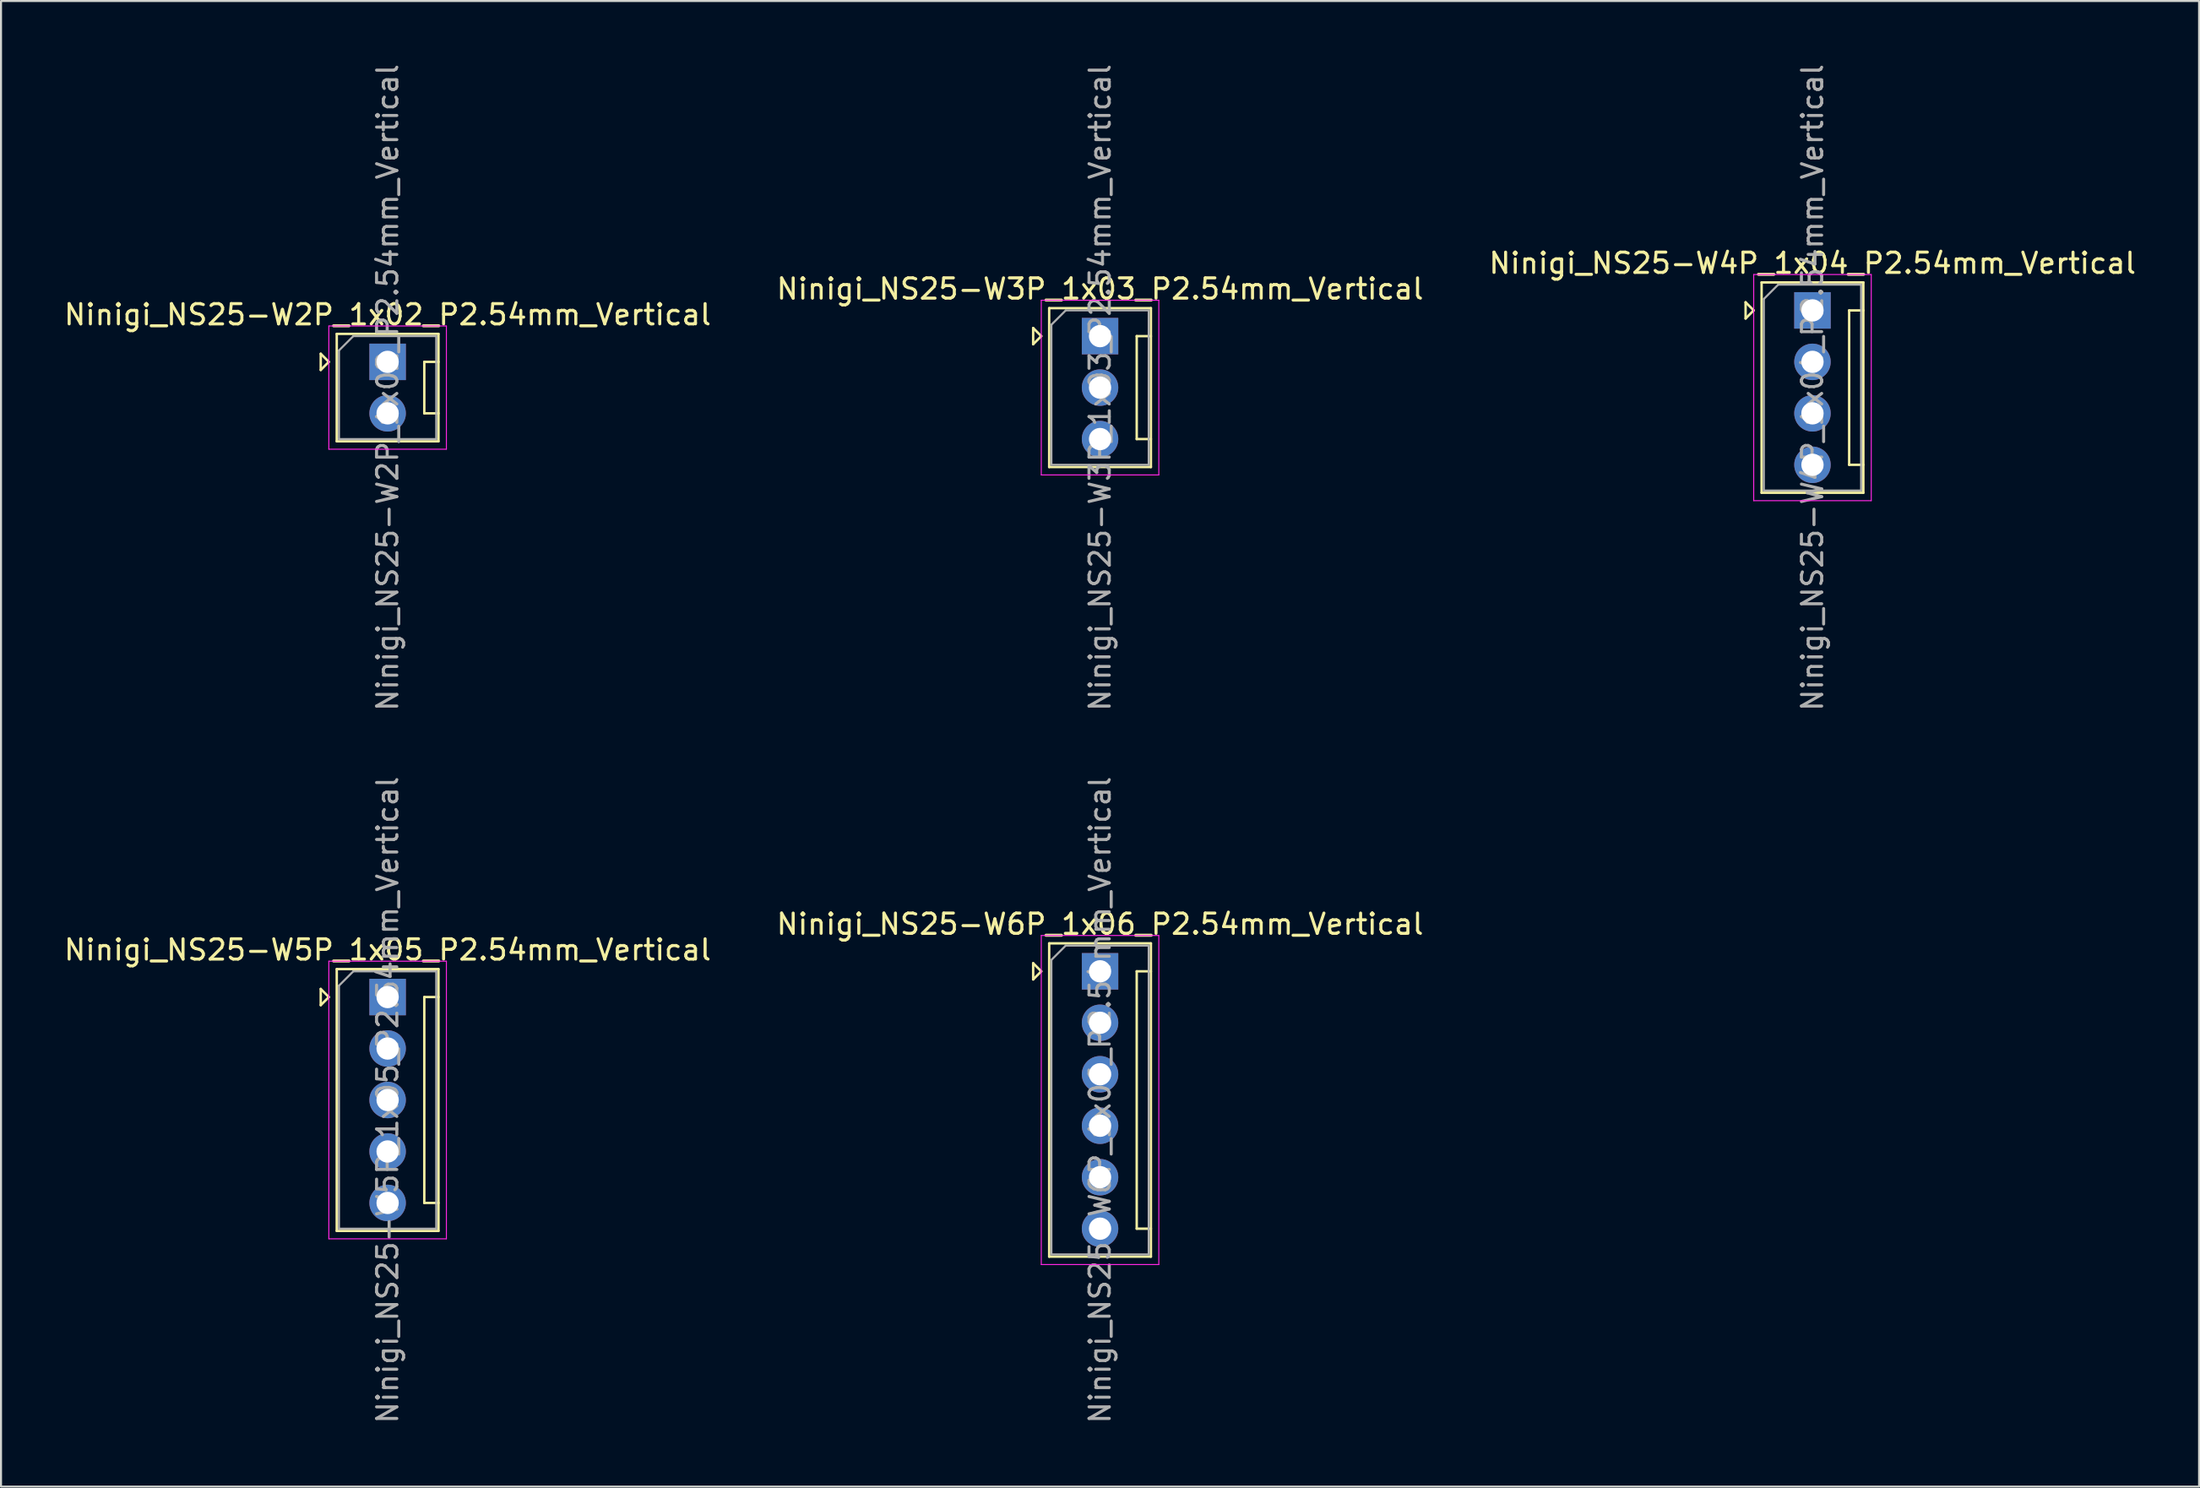
<source format=kicad_pcb>
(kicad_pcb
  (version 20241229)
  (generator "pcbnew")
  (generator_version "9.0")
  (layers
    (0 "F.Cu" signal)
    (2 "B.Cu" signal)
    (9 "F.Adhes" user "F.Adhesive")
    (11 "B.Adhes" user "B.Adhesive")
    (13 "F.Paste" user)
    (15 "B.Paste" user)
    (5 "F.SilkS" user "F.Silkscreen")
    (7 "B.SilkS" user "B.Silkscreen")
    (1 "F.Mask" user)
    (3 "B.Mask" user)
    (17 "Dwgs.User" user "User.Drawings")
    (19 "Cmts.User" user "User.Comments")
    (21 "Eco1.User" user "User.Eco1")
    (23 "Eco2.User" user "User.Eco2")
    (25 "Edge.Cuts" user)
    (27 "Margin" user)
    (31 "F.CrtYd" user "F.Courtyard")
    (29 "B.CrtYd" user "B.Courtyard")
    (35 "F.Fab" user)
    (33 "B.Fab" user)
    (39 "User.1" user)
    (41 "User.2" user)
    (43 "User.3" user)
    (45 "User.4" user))
  (footprint "Ninigi_NS25-W4P_1x04_P2.54mm_Vertical"
    (layer "F.Cu")
    (at 86.387 12.267)
    (property "Reference" "Ninigi_NS25-W4P_1x04_P2.54mm_Vertical" (at 0 -2.33 0) (layer "F.SilkS") (effects (font (size 1 1) (thickness 0.15))))
    (attr through_hole)
    (fp_line (start -3.3 -0.4) (end -3.3 0.4) (stroke (width 0.12) (type solid)) (layer "F.SilkS"))
    (fp_line (start -2.9 0) (end -3.3 -0.4) (stroke (width 0.12) (type solid)) (layer "F.SilkS"))
    (fp_line (start -2.9 0) (end -3.3 0.4) (stroke (width 0.12) (type solid)) (layer "F.SilkS"))
    (fp_line (start -2.51 -1.38) (end 2.51 -1.38) (stroke (width 0.12) (type solid)) (layer "F.SilkS"))
    (fp_line (start -2.51 9) (end -2.51 -1.38) (stroke (width 0.12) (type solid)) (layer "F.SilkS"))
    (fp_line (start 1.81 0) (end 1.81 7.62) (stroke (width 0.12) (type solid)) (layer "F.SilkS"))
    (fp_line (start 1.81 0) (end 2.51 0) (stroke (width 0.12) (type solid)) (layer "F.SilkS"))
    (fp_line (start 1.81 7.62) (end 2.51 7.62) (stroke (width 0.12) (type solid)) (layer "F.SilkS"))
    (fp_line (start 2.51 -1.38) (end 2.51 9) (stroke (width 0.12) (type solid)) (layer "F.SilkS"))
    (fp_line (start 2.51 9) (end -2.51 9) (stroke (width 0.12) (type solid)) (layer "F.SilkS"))
    (fp_line (start -2.9 -1.77) (end 2.9 -1.77) (stroke (width 0.05) (type solid)) (layer "F.CrtYd"))
    (fp_line (start -2.9 9.39) (end -2.9 -1.77) (stroke (width 0.05) (type solid)) (layer "F.CrtYd"))
    (fp_line (start 2.9 -1.77) (end 2.9 9.39) (stroke (width 0.05) (type solid)) (layer "F.CrtYd"))
    (fp_line (start 2.9 9.39) (end -2.9 9.39) (stroke (width 0.05) (type solid)) (layer "F.CrtYd"))
    (fp_line (start -2.4 -0.563) (end -1.693 -1.27) (stroke (width 0.1) (type solid)) (layer "F.Fab"))
    (fp_line (start -2.4 8.89) (end -2.4 -0.563) (stroke (width 0.1) (type solid)) (layer "F.Fab"))
    (fp_line (start -1.693 -1.27) (end 2.4 -1.27) (stroke (width 0.1) (type solid)) (layer "F.Fab"))
    (fp_line (start 2.4 -1.27) (end 2.4 8.89) (stroke (width 0.1) (type solid)) (layer "F.Fab"))
    (fp_line (start 2.4 8.89) (end -2.4 8.89) (stroke (width 0.1) (type solid)) (layer "F.Fab"))
    (fp_text user "${REFERENCE}" (at 0 3.81 90) (layer "F.Fab") (effects (font (size 1 1) (thickness 0.15))))
    (pad "1" thru_hole rect (at 0 0) (size 1.8 1.8) (drill 1.1) (layers "*.Cu" "*.Mask"))
    (pad "2" thru_hole oval (at 0 2.54) (size 1.8 1.8) (drill 1.1) (layers "*.Cu" "*.Mask"))
    (pad "3" thru_hole oval (at 0 5.08) (size 1.8 1.8) (drill 1.1) (layers "*.Cu" "*.Mask"))
    (pad "4" thru_hole oval (at 0 7.62) (size 1.8 1.8) (drill 1.1) (layers "*.Cu" "*.Mask")))
  (footprint "Ninigi_NS25-W2P_1x02_P2.54mm_Vertical"
    (layer "F.Cu")
    (at 16.077 14.807)
    (property "Reference" "Ninigi_NS25-W2P_1x02_P2.54mm_Vertical" (at 0 -2.33 0) (layer "F.SilkS") (effects (font (size 1 1) (thickness 0.15))))
    (attr through_hole)
    (fp_line (start -3.3 -0.4) (end -3.3 0.4) (stroke (width 0.12) (type solid)) (layer "F.SilkS"))
    (fp_line (start -2.9 0) (end -3.3 -0.4) (stroke (width 0.12) (type solid)) (layer "F.SilkS"))
    (fp_line (start -2.9 0) (end -3.3 0.4) (stroke (width 0.12) (type solid)) (layer "F.SilkS"))
    (fp_line (start -2.51 -1.38) (end 2.51 -1.38) (stroke (width 0.12) (type solid)) (layer "F.SilkS"))
    (fp_line (start -2.51 3.92) (end -2.51 -1.38) (stroke (width 0.12) (type solid)) (layer "F.SilkS"))
    (fp_line (start 1.81 0) (end 1.81 2.54) (stroke (width 0.12) (type solid)) (layer "F.SilkS"))
    (fp_line (start 1.81 0) (end 2.51 0) (stroke (width 0.12) (type solid)) (layer "F.SilkS"))
    (fp_line (start 1.81 2.54) (end 2.51 2.54) (stroke (width 0.12) (type solid)) (layer "F.SilkS"))
    (fp_line (start 2.51 -1.38) (end 2.51 3.92) (stroke (width 0.12) (type solid)) (layer "F.SilkS"))
    (fp_line (start 2.51 3.92) (end -2.51 3.92) (stroke (width 0.12) (type solid)) (layer "F.SilkS"))
    (fp_line (start -2.9 -1.77) (end 2.9 -1.77) (stroke (width 0.05) (type solid)) (layer "F.CrtYd"))
    (fp_line (start -2.9 4.31) (end -2.9 -1.77) (stroke (width 0.05) (type solid)) (layer "F.CrtYd"))
    (fp_line (start 2.9 -1.77) (end 2.9 4.31) (stroke (width 0.05) (type solid)) (layer "F.CrtYd"))
    (fp_line (start 2.9 4.31) (end -2.9 4.31) (stroke (width 0.05) (type solid)) (layer "F.CrtYd"))
    (fp_line (start -2.4 -0.563) (end -1.693 -1.27) (stroke (width 0.1) (type solid)) (layer "F.Fab"))
    (fp_line (start -2.4 3.81) (end -2.4 -0.563) (stroke (width 0.1) (type solid)) (layer "F.Fab"))
    (fp_line (start -1.693 -1.27) (end 2.4 -1.27) (stroke (width 0.1) (type solid)) (layer "F.Fab"))
    (fp_line (start 2.4 -1.27) (end 2.4 3.81) (stroke (width 0.1) (type solid)) (layer "F.Fab"))
    (fp_line (start 2.4 3.81) (end -2.4 3.81) (stroke (width 0.1) (type solid)) (layer "F.Fab"))
    (fp_text user "${REFERENCE}" (at 0 1.27 90) (layer "F.Fab") (effects (font (size 1 1) (thickness 0.15))))
    (pad "1" thru_hole rect (at 0 0) (size 1.8 1.8) (drill 1.1) (layers "*.Cu" "*.Mask"))
    (pad "2" thru_hole oval (at 0 2.54) (size 1.8 1.8) (drill 1.1) (layers "*.Cu" "*.Mask")))
  (footprint "Ninigi_NS25-W3P_1x03_P2.54mm_Vertical"
    (layer "F.Cu")
    (at 51.232 13.537)
    (property "Reference" "Ninigi_NS25-W3P_1x03_P2.54mm_Vertical" (at 0 -2.33 0) (layer "F.SilkS") (effects (font (size 1 1) (thickness 0.15))))
    (attr through_hole)
    (fp_line (start -3.3 -0.4) (end -3.3 0.4) (stroke (width 0.12) (type solid)) (layer "F.SilkS"))
    (fp_line (start -2.9 0) (end -3.3 -0.4) (stroke (width 0.12) (type solid)) (layer "F.SilkS"))
    (fp_line (start -2.9 0) (end -3.3 0.4) (stroke (width 0.12) (type solid)) (layer "F.SilkS"))
    (fp_line (start -2.51 -1.38) (end 2.51 -1.38) (stroke (width 0.12) (type solid)) (layer "F.SilkS"))
    (fp_line (start -2.51 6.46) (end -2.51 -1.38) (stroke (width 0.12) (type solid)) (layer "F.SilkS"))
    (fp_line (start 1.81 0) (end 1.81 5.08) (stroke (width 0.12) (type solid)) (layer "F.SilkS"))
    (fp_line (start 1.81 0) (end 2.51 0) (stroke (width 0.12) (type solid)) (layer "F.SilkS"))
    (fp_line (start 1.81 5.08) (end 2.51 5.08) (stroke (width 0.12) (type solid)) (layer "F.SilkS"))
    (fp_line (start 2.51 -1.38) (end 2.51 6.46) (stroke (width 0.12) (type solid)) (layer "F.SilkS"))
    (fp_line (start 2.51 6.46) (end -2.51 6.46) (stroke (width 0.12) (type solid)) (layer "F.SilkS"))
    (fp_line (start -2.9 -1.77) (end 2.9 -1.77) (stroke (width 0.05) (type solid)) (layer "F.CrtYd"))
    (fp_line (start -2.9 6.85) (end -2.9 -1.77) (stroke (width 0.05) (type solid)) (layer "F.CrtYd"))
    (fp_line (start 2.9 -1.77) (end 2.9 6.85) (stroke (width 0.05) (type solid)) (layer "F.CrtYd"))
    (fp_line (start 2.9 6.85) (end -2.9 6.85) (stroke (width 0.05) (type solid)) (layer "F.CrtYd"))
    (fp_line (start -2.4 -0.563) (end -1.693 -1.27) (stroke (width 0.1) (type solid)) (layer "F.Fab"))
    (fp_line (start -2.4 6.35) (end -2.4 -0.563) (stroke (width 0.1) (type solid)) (layer "F.Fab"))
    (fp_line (start -1.693 -1.27) (end 2.4 -1.27) (stroke (width 0.1) (type solid)) (layer "F.Fab"))
    (fp_line (start 2.4 -1.27) (end 2.4 6.35) (stroke (width 0.1) (type solid)) (layer "F.Fab"))
    (fp_line (start 2.4 6.35) (end -2.4 6.35) (stroke (width 0.1) (type solid)) (layer "F.Fab"))
    (fp_text user "${REFERENCE}" (at 0 2.54 90) (layer "F.Fab") (effects (font (size 1 1) (thickness 0.15))))
    (pad "1" thru_hole rect (at 0 0) (size 1.8 1.8) (drill 1.1) (layers "*.Cu" "*.Mask"))
    (pad "2" thru_hole oval (at 0 2.54) (size 1.8 1.8) (drill 1.1) (layers "*.Cu" "*.Mask"))
    (pad "3" thru_hole oval (at 0 5.08) (size 1.8 1.8) (drill 1.1) (layers "*.Cu" "*.Mask")))
  (footprint "Ninigi_NS25-W6P_1x06_P2.54mm_Vertical"
    (layer "F.Cu")
    (at 51.232 44.882)
    (property "Reference" "Ninigi_NS25-W6P_1x06_P2.54mm_Vertical" (at 0 -2.33 0) (layer "F.SilkS") (effects (font (size 1 1) (thickness 0.15))))
    (attr through_hole)
    (fp_line (start -3.3 -0.4) (end -3.3 0.4) (stroke (width 0.12) (type solid)) (layer "F.SilkS"))
    (fp_line (start -2.9 0) (end -3.3 -0.4) (stroke (width 0.12) (type solid)) (layer "F.SilkS"))
    (fp_line (start -2.9 0) (end -3.3 0.4) (stroke (width 0.12) (type solid)) (layer "F.SilkS"))
    (fp_line (start -2.51 -1.38) (end 2.51 -1.38) (stroke (width 0.12) (type solid)) (layer "F.SilkS"))
    (fp_line (start -2.51 14.08) (end -2.51 -1.38) (stroke (width 0.12) (type solid)) (layer "F.SilkS"))
    (fp_line (start 1.81 0) (end 1.81 12.7) (stroke (width 0.12) (type solid)) (layer "F.SilkS"))
    (fp_line (start 1.81 0) (end 2.51 0) (stroke (width 0.12) (type solid)) (layer "F.SilkS"))
    (fp_line (start 1.81 12.7) (end 2.51 12.7) (stroke (width 0.12) (type solid)) (layer "F.SilkS"))
    (fp_line (start 2.51 -1.38) (end 2.51 14.08) (stroke (width 0.12) (type solid)) (layer "F.SilkS"))
    (fp_line (start 2.51 14.08) (end -2.51 14.08) (stroke (width 0.12) (type solid)) (layer "F.SilkS"))
    (fp_line (start -2.9 -1.77) (end 2.9 -1.77) (stroke (width 0.05) (type solid)) (layer "F.CrtYd"))
    (fp_line (start -2.9 14.47) (end -2.9 -1.77) (stroke (width 0.05) (type solid)) (layer "F.CrtYd"))
    (fp_line (start 2.9 -1.77) (end 2.9 14.47) (stroke (width 0.05) (type solid)) (layer "F.CrtYd"))
    (fp_line (start 2.9 14.47) (end -2.9 14.47) (stroke (width 0.05) (type solid)) (layer "F.CrtYd"))
    (fp_line (start -2.4 -0.563) (end -1.693 -1.27) (stroke (width 0.1) (type solid)) (layer "F.Fab"))
    (fp_line (start -2.4 13.97) (end -2.4 -0.563) (stroke (width 0.1) (type solid)) (layer "F.Fab"))
    (fp_line (start -1.693 -1.27) (end 2.4 -1.27) (stroke (width 0.1) (type solid)) (layer "F.Fab"))
    (fp_line (start 2.4 -1.27) (end 2.4 13.97) (stroke (width 0.1) (type solid)) (layer "F.Fab"))
    (fp_line (start 2.4 13.97) (end -2.4 13.97) (stroke (width 0.1) (type solid)) (layer "F.Fab"))
    (fp_text user "${REFERENCE}" (at 0 6.35 90) (layer "F.Fab") (effects (font (size 1 1) (thickness 0.15))))
    (pad "1" thru_hole rect (at 0 0) (size 1.8 1.8) (drill 1.1) (layers "*.Cu" "*.Mask"))
    (pad "2" thru_hole oval (at 0 2.54) (size 1.8 1.8) (drill 1.1) (layers "*.Cu" "*.Mask"))
    (pad "3" thru_hole oval (at 0 5.08) (size 1.8 1.8) (drill 1.1) (layers "*.Cu" "*.Mask"))
    (pad "4" thru_hole oval (at 0 7.62) (size 1.8 1.8) (drill 1.1) (layers "*.Cu" "*.Mask"))
    (pad "5" thru_hole oval (at 0 10.16) (size 1.8 1.8) (drill 1.1) (layers "*.Cu" "*.Mask"))
    (pad "6" thru_hole oval (at 0 12.7) (size 1.8 1.8) (drill 1.1) (layers "*.Cu" "*.Mask")))
  (footprint "Ninigi_NS25-W5P_1x05_P2.54mm_Vertical"
    (layer "F.Cu")
    (at 16.077 46.152)
    (property "Reference" "Ninigi_NS25-W5P_1x05_P2.54mm_Vertical" (at 0 -2.33 0) (layer "F.SilkS") (effects (font (size 1 1) (thickness 0.15))))
    (attr through_hole)
    (fp_line (start -3.3 -0.4) (end -3.3 0.4) (stroke (width 0.12) (type solid)) (layer "F.SilkS"))
    (fp_line (start -2.9 0) (end -3.3 -0.4) (stroke (width 0.12) (type solid)) (layer "F.SilkS"))
    (fp_line (start -2.9 0) (end -3.3 0.4) (stroke (width 0.12) (type solid)) (layer "F.SilkS"))
    (fp_line (start -2.51 -1.38) (end 2.51 -1.38) (stroke (width 0.12) (type solid)) (layer "F.SilkS"))
    (fp_line (start -2.51 11.54) (end -2.51 -1.38) (stroke (width 0.12) (type solid)) (layer "F.SilkS"))
    (fp_line (start 1.81 0) (end 1.81 10.16) (stroke (width 0.12) (type solid)) (layer "F.SilkS"))
    (fp_line (start 1.81 0) (end 2.51 0) (stroke (width 0.12) (type solid)) (layer "F.SilkS"))
    (fp_line (start 1.81 10.16) (end 2.51 10.16) (stroke (width 0.12) (type solid)) (layer "F.SilkS"))
    (fp_line (start 2.51 -1.38) (end 2.51 11.54) (stroke (width 0.12) (type solid)) (layer "F.SilkS"))
    (fp_line (start 2.51 11.54) (end -2.51 11.54) (stroke (width 0.12) (type solid)) (layer "F.SilkS"))
    (fp_line (start -2.9 -1.77) (end 2.9 -1.77) (stroke (width 0.05) (type solid)) (layer "F.CrtYd"))
    (fp_line (start -2.9 11.93) (end -2.9 -1.77) (stroke (width 0.05) (type solid)) (layer "F.CrtYd"))
    (fp_line (start 2.9 -1.77) (end 2.9 11.93) (stroke (width 0.05) (type solid)) (layer "F.CrtYd"))
    (fp_line (start 2.9 11.93) (end -2.9 11.93) (stroke (width 0.05) (type solid)) (layer "F.CrtYd"))
    (fp_line (start -2.4 -0.563) (end -1.693 -1.27) (stroke (width 0.1) (type solid)) (layer "F.Fab"))
    (fp_line (start -2.4 11.43) (end -2.4 -0.563) (stroke (width 0.1) (type solid)) (layer "F.Fab"))
    (fp_line (start -1.693 -1.27) (end 2.4 -1.27) (stroke (width 0.1) (type solid)) (layer "F.Fab"))
    (fp_line (start 2.4 -1.27) (end 2.4 11.43) (stroke (width 0.1) (type solid)) (layer "F.Fab"))
    (fp_line (start 2.4 11.43) (end -2.4 11.43) (stroke (width 0.1) (type solid)) (layer "F.Fab"))
    (fp_text user "${REFERENCE}" (at 0 5.08 90) (layer "F.Fab") (effects (font (size 1 1) (thickness 0.15))))
    (pad "1" thru_hole rect (at 0 0) (size 1.8 1.8) (drill 1.1) (layers "*.Cu" "*.Mask"))
    (pad "2" thru_hole oval (at 0 2.54) (size 1.8 1.8) (drill 1.1) (layers "*.Cu" "*.Mask"))
    (pad "3" thru_hole oval (at 0 5.08) (size 1.8 1.8) (drill 1.1) (layers "*.Cu" "*.Mask"))
    (pad "4" thru_hole oval (at 0 7.62) (size 1.8 1.8) (drill 1.1) (layers "*.Cu" "*.Mask"))
    (pad "5" thru_hole oval (at 0 10.16) (size 1.8 1.8) (drill 1.1) (layers "*.Cu" "*.Mask")))
  (gr_rect
    (start -3 -3)
    (end 105.464 70.31)
    (stroke (width 0.1) (type default))
    (fill no)
    (layer "Edge.Cuts")))
</source>
